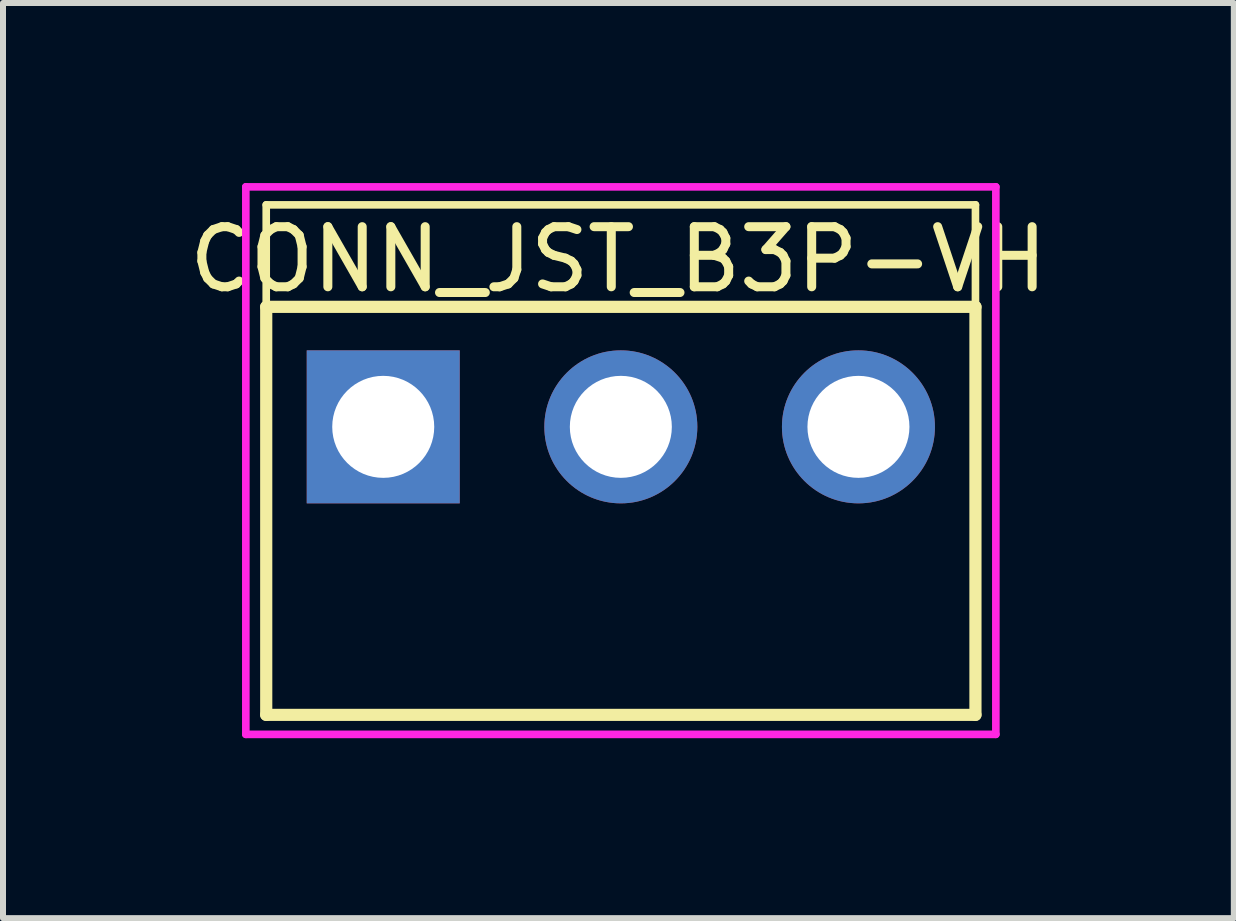
<source format=kicad_pcb>
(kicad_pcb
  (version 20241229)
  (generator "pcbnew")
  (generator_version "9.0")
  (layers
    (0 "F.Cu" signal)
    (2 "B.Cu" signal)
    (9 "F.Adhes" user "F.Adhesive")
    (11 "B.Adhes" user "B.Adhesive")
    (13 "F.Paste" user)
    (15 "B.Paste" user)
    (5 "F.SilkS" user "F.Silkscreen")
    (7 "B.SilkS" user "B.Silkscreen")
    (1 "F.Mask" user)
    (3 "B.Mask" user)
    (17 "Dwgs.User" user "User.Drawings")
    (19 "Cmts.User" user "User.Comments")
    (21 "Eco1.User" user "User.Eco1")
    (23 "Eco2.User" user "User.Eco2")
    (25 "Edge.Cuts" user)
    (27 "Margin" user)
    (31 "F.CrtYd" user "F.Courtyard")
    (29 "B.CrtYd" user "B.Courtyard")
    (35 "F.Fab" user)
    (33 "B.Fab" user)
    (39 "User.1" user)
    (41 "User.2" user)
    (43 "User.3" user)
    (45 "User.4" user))
  (footprint "CONN_JST_B3P-VH"
    (layer "F.Cu")
    (at 7.297 4.064)
    (property "Reference" "CONN_JST_B3P-VH" (at -0.04 -2.79 0) (layer "F.SilkS") (effects (font (size 1.002 1.002) (thickness 0.15))))
    (attr through_hole)
    (fp_line (start -5.91 -3.7) (end 5.91 -3.7) (stroke (width 0.127) (type solid)) (layer "F.SilkS"))
    (fp_line (start -5.91 -2) (end -5.91 -3.7) (stroke (width 0.127) (type solid)) (layer "F.SilkS"))
    (fp_line (start -5.91 4.8) (end -5.91 -2) (stroke (width 0.203) (type solid)) (layer "F.SilkS"))
    (fp_line (start 5.91 -2) (end -5.91 -2) (stroke (width 0.203) (type solid)) (layer "F.SilkS"))
    (fp_line (start 5.91 -2) (end 5.91 -3.7) (stroke (width 0.127) (type solid)) (layer "F.SilkS"))
    (fp_line (start 5.91 -2) (end 5.91 4.8) (stroke (width 0.203) (type solid)) (layer "F.SilkS"))
    (fp_line (start 5.91 4.8) (end -5.91 4.8) (stroke (width 0.203) (type solid)) (layer "F.SilkS"))
    (fp_line (start -6.25 -4) (end -6.25 5.125) (stroke (width 0.127) (type solid)) (layer "F.CrtYd"))
    (fp_line (start -6.25 -4) (end 6.25 -4) (stroke (width 0.127) (type solid)) (layer "F.CrtYd"))
    (fp_line (start -6.25 5.125) (end 6.25 5.125) (stroke (width 0.127) (type solid)) (layer "F.CrtYd"))
    (fp_line (start 6.25 -4) (end 6.25 5.125) (stroke (width 0.127) (type solid)) (layer "F.CrtYd"))
    (pad "1" thru_hole rect (at -3.96 0) (size 2.55 2.55) (drill 1.7) (layers "*.Cu" "*.Mask"))
    (pad "2" thru_hole circle (at 0 0) (size 2.55 2.55) (drill 1.7) (layers "*.Cu" "*.Mask"))
    (pad "3" thru_hole circle (at 3.96 0) (size 2.55 2.55) (drill 1.7) (layers "*.Cu" "*.Mask")))
  (gr_rect
    (start -3 -3)
    (end 17.513 12.252)
    (stroke (width 0.1) (type default))
    (fill no)
    (layer "Edge.Cuts")))
</source>
